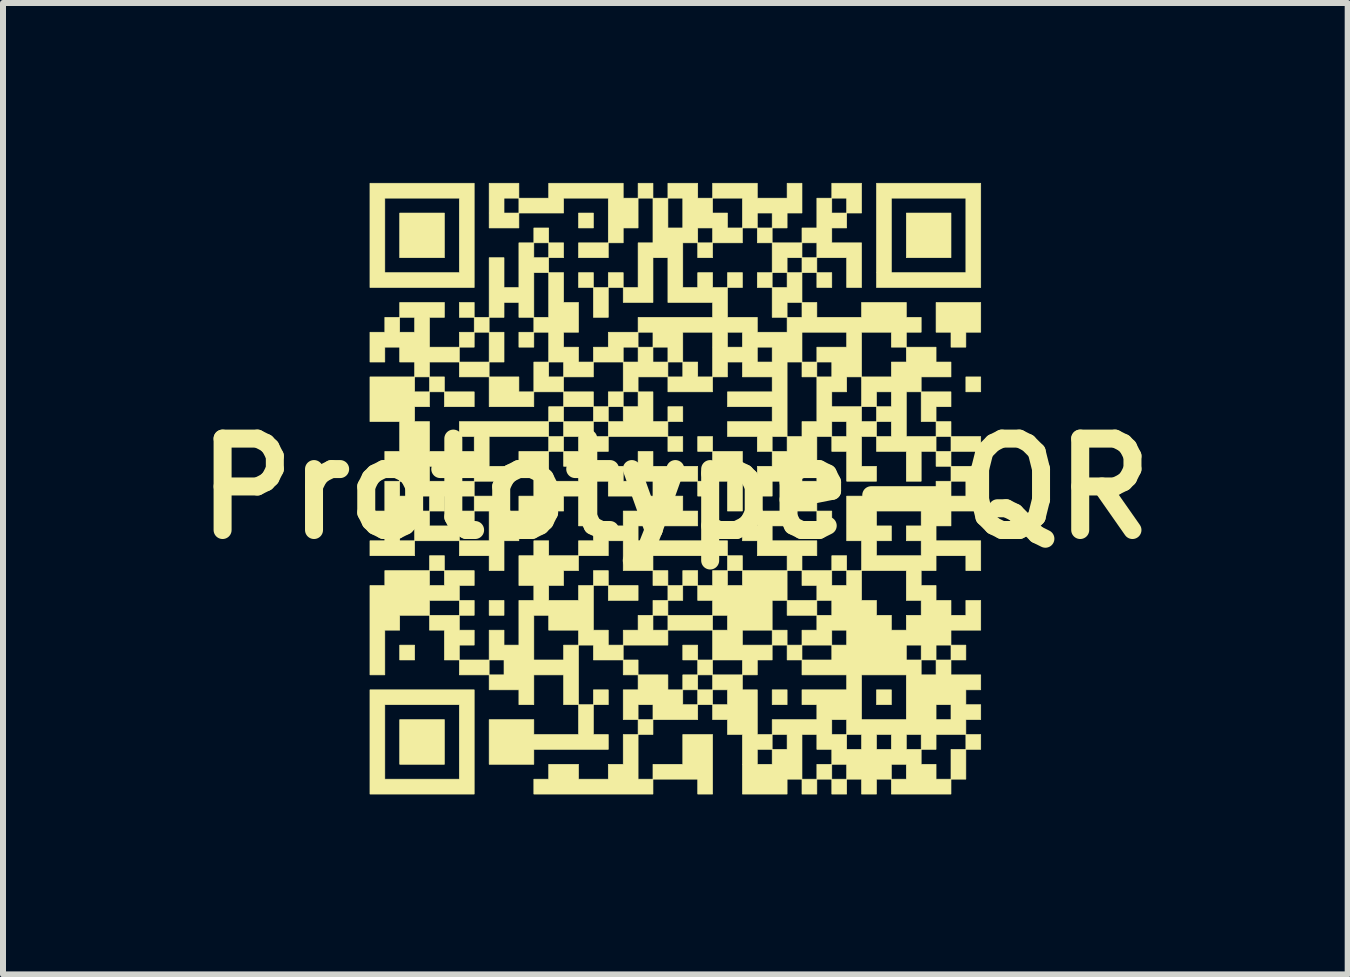
<source format=kicad_pcb>
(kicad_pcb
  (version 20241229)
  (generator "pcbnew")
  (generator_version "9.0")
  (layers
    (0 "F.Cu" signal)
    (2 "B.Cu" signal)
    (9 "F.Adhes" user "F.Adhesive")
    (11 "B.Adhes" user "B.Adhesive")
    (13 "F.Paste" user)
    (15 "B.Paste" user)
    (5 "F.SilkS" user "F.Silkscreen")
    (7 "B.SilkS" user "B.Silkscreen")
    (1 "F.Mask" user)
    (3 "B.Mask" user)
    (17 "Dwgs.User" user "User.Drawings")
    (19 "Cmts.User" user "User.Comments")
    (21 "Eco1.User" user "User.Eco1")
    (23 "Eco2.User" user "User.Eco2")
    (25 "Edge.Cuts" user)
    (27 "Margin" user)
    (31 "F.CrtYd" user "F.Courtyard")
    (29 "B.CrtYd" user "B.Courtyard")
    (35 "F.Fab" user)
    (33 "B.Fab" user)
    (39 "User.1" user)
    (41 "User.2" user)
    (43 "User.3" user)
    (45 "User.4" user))
  (footprint "Prototype-QR"
    (layer "F.Cu")
    (at 8.208 5.096)
    (property "Reference" "Prototype-QR" (at 0 0 0) (layer "F.SilkS") (effects (font (size 1.524 1.524) (thickness 0.3))))
    (attr through_hole)
    (fp_poly (pts (xy -4.346 2.856) (xy -4.595 2.856) (xy -4.595 2.608) (xy -4.346 2.608) (xy -4.346 2.856)) (stroke (width 0.01) (type solid)) (fill yes) (layer "F.SilkS"))
    (fp_poly (pts (xy -3.85 -3.85) (xy -4.595 -3.85) (xy -4.595 -4.595) (xy -3.85 -4.595) (xy -3.85 -3.85)) (stroke (width 0.01) (type solid)) (fill yes) (layer "F.SilkS"))
    (fp_poly (pts (xy -3.85 -1.614) (xy -4.098 -1.614) (xy -4.098 -1.863) (xy -3.85 -1.863) (xy -3.85 -1.614)) (stroke (width 0.01) (type solid)) (fill yes) (layer "F.SilkS"))
    (fp_poly (pts (xy -3.85 4.595) (xy -4.595 4.595) (xy -4.595 3.85) (xy -3.85 3.85) (xy -3.85 4.595)) (stroke (width 0.01) (type solid)) (fill yes) (layer "F.SilkS"))
    (fp_poly (pts (xy -3.601 -2.608) (xy -3.353 -2.608) (xy -3.353 -2.359) (xy -3.601 -2.359) (xy -3.601 -2.608)) (stroke (width 0.01) (type solid)) (fill yes) (layer "F.SilkS"))
    (fp_poly (pts (xy -3.353 -2.856) (xy -3.601 -2.856) (xy -3.601 -3.104) (xy -3.353 -3.104) (xy -3.353 -2.856)) (stroke (width 0.01) (type solid)) (fill yes) (layer "F.SilkS"))
    (fp_poly (pts (xy -3.353 -2.856) (xy -3.104 -2.856) (xy -3.104 -2.608) (xy -3.353 -2.608) (xy -3.353 -2.856)) (stroke (width 0.01) (type solid)) (fill yes) (layer "F.SilkS"))
    (fp_poly (pts (xy -3.353 -1.366) (xy -3.85 -1.366) (xy -3.85 -1.614) (xy -3.353 -1.614) (xy -3.353 -1.366)) (stroke (width 0.01) (type solid)) (fill yes) (layer "F.SilkS"))
    (fp_poly (pts (xy -3.353 0.621) (xy -3.601 0.621) (xy -3.601 0.373) (xy -3.353 0.373) (xy -3.353 0.621)) (stroke (width 0.01) (type solid)) (fill yes) (layer "F.SilkS"))
    (fp_poly (pts (xy -3.353 2.111) (xy -3.601 2.111) (xy -3.601 1.863) (xy -3.353 1.863) (xy -3.353 2.111)) (stroke (width 0.01) (type solid)) (fill yes) (layer "F.SilkS"))
    (fp_poly (pts (xy -3.104 -1.863) (xy -3.601 -1.863) (xy -3.601 -2.111) (xy -3.104 -2.111) (xy -3.104 -1.863)) (stroke (width 0.01) (type solid)) (fill yes) (layer "F.SilkS"))
    (fp_poly (pts (xy -2.856 -2.111) (xy -3.104 -2.111) (xy -3.104 -2.608) (xy -2.856 -2.608) (xy -2.856 -2.111)) (stroke (width 0.01) (type solid)) (fill yes) (layer "F.SilkS"))
    (fp_poly (pts (xy -2.856 2.111) (xy -3.104 2.111) (xy -3.104 1.863) (xy -2.856 1.863) (xy -2.856 2.111)) (stroke (width 0.01) (type solid)) (fill yes) (layer "F.SilkS"))
    (fp_poly (pts (xy -2.359 -2.359) (xy -2.608 -2.359) (xy -2.608 -2.608) (xy -2.359 -2.608) (xy -2.359 -2.359)) (stroke (width 0.01) (type solid)) (fill yes) (layer "F.SilkS"))
    (fp_poly (pts (xy -2.111 -4.098) (xy -2.359 -4.098) (xy -2.359 -4.346) (xy -2.111 -4.346) (xy -2.111 -4.098)) (stroke (width 0.01) (type solid)) (fill yes) (layer "F.SilkS"))
    (fp_poly (pts (xy -1.863 -3.85) (xy -2.111 -3.85) (xy -2.111 -4.098) (xy -1.863 -4.098) (xy -1.863 -3.85)) (stroke (width 0.01) (type solid)) (fill yes) (layer "F.SilkS"))
    (fp_poly (pts (xy -1.863 -1.118) (xy -2.111 -1.118) (xy -2.111 -1.366) (xy -1.863 -1.366) (xy -1.863 -1.118)) (stroke (width 0.01) (type solid)) (fill yes) (layer "F.SilkS"))
    (fp_poly (pts (xy -1.863 -0.621) (xy -2.111 -0.621) (xy -2.111 -0.869) (xy -1.863 -0.869) (xy -1.863 -0.621)) (stroke (width 0.01) (type solid)) (fill yes) (layer "F.SilkS"))
    (fp_poly (pts (xy -1.366 -4.346) (xy -1.614 -4.346) (xy -1.614 -4.595) (xy -1.366 -4.595) (xy -1.366 -4.346)) (stroke (width 0.01) (type solid)) (fill yes) (layer "F.SilkS"))
    (fp_poly (pts (xy -1.366 -3.353) (xy -1.614 -3.353) (xy -1.614 -3.601) (xy -1.366 -3.601) (xy -1.366 -3.353)) (stroke (width 0.01) (type solid)) (fill yes) (layer "F.SilkS"))
    (fp_poly (pts (xy -1.366 -1.366) (xy -1.863 -1.366) (xy -1.863 -1.614) (xy -1.366 -1.614) (xy -1.366 -1.366)) (stroke (width 0.01) (type solid)) (fill yes) (layer "F.SilkS"))
    (fp_poly (pts (xy -1.118 -3.85) (xy -1.614 -3.85) (xy -1.614 -4.098) (xy -1.118 -4.098) (xy -1.118 -3.85)) (stroke (width 0.01) (type solid)) (fill yes) (layer "F.SilkS"))
    (fp_poly (pts (xy -1.118 -2.856) (xy -1.366 -2.856) (xy -1.366 -3.353) (xy -1.118 -3.353) (xy -1.118 -2.856)) (stroke (width 0.01) (type solid)) (fill yes) (layer "F.SilkS"))
    (fp_poly (pts (xy -1.118 1.614) (xy -1.366 1.614) (xy -1.366 1.366) (xy -1.118 1.366) (xy -1.118 1.614)) (stroke (width 0.01) (type solid)) (fill yes) (layer "F.SilkS"))
    (fp_poly (pts (xy -1.118 3.601) (xy -1.366 3.601) (xy -1.366 3.353) (xy -1.118 3.353) (xy -1.118 3.601)) (stroke (width 0.01) (type solid)) (fill yes) (layer "F.SilkS"))
    (fp_poly (pts (xy -0.869 -3.353) (xy -1.118 -3.353) (xy -1.118 -3.601) (xy -0.869 -3.601) (xy -0.869 -3.353)) (stroke (width 0.01) (type solid)) (fill yes) (layer "F.SilkS"))
    (fp_poly (pts (xy -0.869 3.104) (xy -0.869 2.856) (xy -0.621 2.856) (xy -0.621 3.104) (xy -0.869 3.104)) (stroke (width 0.01) (type solid)) (fill yes) (layer "F.SilkS"))
    (fp_poly (pts (xy -0.621 1.863) (xy -1.118 1.863) (xy -1.118 1.614) (xy -0.621 1.614) (xy -0.621 1.863)) (stroke (width 0.01) (type solid)) (fill yes) (layer "F.SilkS"))
    (fp_poly (pts (xy -0.373 -4.843) (xy -0.621 -4.843) (xy -0.621 -5.091) (xy -0.373 -5.091) (xy -0.373 -4.843)) (stroke (width 0.01) (type solid)) (fill yes) (layer "F.SilkS"))
    (fp_poly (pts (xy -0.124 1.614) (xy -0.373 1.614) (xy -0.373 1.366) (xy -0.124 1.366) (xy -0.124 1.614)) (stroke (width 0.01) (type solid)) (fill yes) (layer "F.SilkS"))
    (fp_poly (pts (xy 0.124 -1.118) (xy -0.124 -1.118) (xy -0.124 -1.366) (xy 0.124 -1.366) (xy 0.124 -1.118)) (stroke (width 0.01) (type solid)) (fill yes) (layer "F.SilkS"))
    (fp_poly (pts (xy 0.124 -0.621) (xy -0.124 -0.621) (xy -0.124 -0.869) (xy 0.124 -0.869) (xy 0.124 -0.621)) (stroke (width 0.01) (type solid)) (fill yes) (layer "F.SilkS"))
    (fp_poly (pts (xy 0.373 2.856) (xy 0.124 2.856) (xy 0.124 2.608) (xy 0.373 2.608) (xy 0.373 2.856)) (stroke (width 0.01) (type solid)) (fill yes) (layer "F.SilkS"))
    (fp_poly (pts (xy 0.373 3.353) (xy 0.124 3.353) (xy 0.124 3.104) (xy 0.373 3.104) (xy 0.373 3.353)) (stroke (width 0.01) (type solid)) (fill yes) (layer "F.SilkS"))
    (fp_poly (pts (xy 0.621 -3.85) (xy 0.373 -3.85) (xy 0.373 -4.098) (xy 0.621 -4.098) (xy 0.621 -3.85)) (stroke (width 0.01) (type solid)) (fill yes) (layer "F.SilkS"))
    (fp_poly (pts (xy 0.621 -0.621) (xy 0.373 -0.621) (xy 0.373 -0.869) (xy 0.621 -0.869) (xy 0.621 -0.621)) (stroke (width 0.01) (type solid)) (fill yes) (layer "F.SilkS"))
    (fp_poly (pts (xy 0.621 0.124) (xy 0.373 0.124) (xy 0.373 -0.124) (xy 0.621 -0.124) (xy 0.621 0.124)) (stroke (width 0.01) (type solid)) (fill yes) (layer "F.SilkS"))
    (fp_poly (pts (xy 0.621 3.104) (xy 0.373 3.104) (xy 0.373 2.856) (xy 0.621 2.856) (xy 0.621 3.104)) (stroke (width 0.01) (type solid)) (fill yes) (layer "F.SilkS"))
    (fp_poly (pts (xy 1.118 -3.353) (xy 0.869 -3.353) (xy 0.869 -3.601) (xy 1.118 -3.601) (xy 1.118 -3.353)) (stroke (width 0.01) (type solid)) (fill yes) (layer "F.SilkS"))
    (fp_poly (pts (xy 1.614 -3.353) (xy 1.366 -3.353) (xy 1.366 -3.601) (xy 1.614 -3.601) (xy 1.614 -3.353)) (stroke (width 0.01) (type solid)) (fill yes) (layer "F.SilkS"))
    (fp_poly (pts (xy 1.863 2.608) (xy 1.614 2.608) (xy 1.614 2.359) (xy 1.863 2.359) (xy 1.863 2.608)) (stroke (width 0.01) (type solid)) (fill yes) (layer "F.SilkS"))
    (fp_poly (pts (xy 1.863 3.601) (xy 1.614 3.601) (xy 1.614 3.353) (xy 1.863 3.353) (xy 1.863 3.601)) (stroke (width 0.01) (type solid)) (fill yes) (layer "F.SilkS"))
    (fp_poly (pts (xy 2.111 2.856) (xy 1.863 2.856) (xy 1.863 2.608) (xy 2.111 2.608) (xy 2.111 2.856)) (stroke (width 0.01) (type solid)) (fill yes) (layer "F.SilkS"))
    (fp_poly (pts (xy 2.359 -1.863) (xy 2.111 -1.863) (xy 2.111 -2.111) (xy 2.359 -2.111) (xy 2.359 -1.863)) (stroke (width 0.01) (type solid)) (fill yes) (layer "F.SilkS"))
    (fp_poly (pts (xy 2.359 2.111) (xy 1.863 2.111) (xy 1.863 1.863) (xy 2.359 1.863) (xy 2.359 2.111)) (stroke (width 0.01) (type solid)) (fill yes) (layer "F.SilkS"))
    (fp_poly (pts (xy 2.608 -3.353) (xy 2.359 -3.353) (xy 2.359 -3.601) (xy 2.608 -3.601) (xy 2.608 -3.353)) (stroke (width 0.01) (type solid)) (fill yes) (layer "F.SilkS"))
    (fp_poly (pts (xy 2.608 0.621) (xy 2.359 0.621) (xy 2.359 0.373) (xy 2.608 0.373) (xy 2.608 0.621)) (stroke (width 0.01) (type solid)) (fill yes) (layer "F.SilkS"))
    (fp_poly (pts (xy 2.856 1.366) (xy 2.608 1.366) (xy 2.608 1.118) (xy 2.856 1.118) (xy 2.856 1.366)) (stroke (width 0.01) (type solid)) (fill yes) (layer "F.SilkS"))
    (fp_poly (pts (xy 3.601 3.601) (xy 3.353 3.601) (xy 3.353 3.353) (xy 3.601 3.353) (xy 3.601 3.601)) (stroke (width 0.01) (type solid)) (fill yes) (layer "F.SilkS"))
    (fp_poly (pts (xy 4.346 -0.373) (xy 4.346 -0.621) (xy 4.595 -0.621) (xy 4.595 -0.373) (xy 4.346 -0.373)) (stroke (width 0.01) (type solid)) (fill yes) (layer "F.SilkS"))
    (fp_poly (pts (xy 4.595 -3.85) (xy 3.85 -3.85) (xy 3.85 -4.595) (xy 4.595 -4.595) (xy 4.595 -3.85)) (stroke (width 0.01) (type solid)) (fill yes) (layer "F.SilkS"))
    (fp_poly (pts (xy 4.595 -0.869) (xy 4.346 -0.869) (xy 4.346 -1.118) (xy 4.595 -1.118) (xy 4.595 -0.869)) (stroke (width 0.01) (type solid)) (fill yes) (layer "F.SilkS"))
    (fp_poly (pts (xy 4.843 2.856) (xy 4.595 2.856) (xy 4.595 2.608) (xy 4.843 2.608) (xy 4.843 2.856)) (stroke (width 0.01) (type solid)) (fill yes) (layer "F.SilkS"))
    (fp_poly (pts (xy 4.843 4.843) (xy 4.595 4.843) (xy 4.595 4.346) (xy 4.843 4.346) (xy 4.843 4.843)) (stroke (width 0.01) (type solid)) (fill yes) (layer "F.SilkS"))
    (fp_poly (pts (xy 5.091 -1.614) (xy 4.843 -1.614) (xy 4.843 -1.863) (xy 5.091 -1.863) (xy 5.091 -1.614)) (stroke (width 0.01) (type solid)) (fill yes) (layer "F.SilkS"))
    (fp_poly (pts (xy 5.091 -0.621) (xy 4.595 -0.621) (xy 4.595 -0.869) (xy 5.091 -0.869) (xy 5.091 -0.621)) (stroke (width 0.01) (type solid)) (fill yes) (layer "F.SilkS"))
    (fp_poly (pts (xy 5.091 4.346) (xy 4.843 4.346) (xy 4.843 4.098) (xy 5.091 4.098) (xy 5.091 4.346)) (stroke (width 0.01) (type solid)) (fill yes) (layer "F.SilkS"))
    (fp_poly (pts (xy -2.608 -1.614) (xy -2.359 -1.614) (xy -2.359 -1.366) (xy -3.104 -1.366) (xy -3.104 -1.863) (xy -2.608 -1.863) (xy -2.608 -1.614)) (stroke (width 0.01) (type solid)) (fill yes) (layer "F.SilkS"))
    (fp_poly (pts (xy -2.111 -1.863) (xy -1.863 -1.863) (xy -1.863 -1.614) (xy -2.359 -1.614) (xy -2.359 -2.111) (xy -2.111 -2.111) (xy -2.111 -1.863)) (stroke (width 0.01) (type solid)) (fill yes) (layer "F.SilkS"))
    (fp_poly (pts (xy 0.621 -0.621) (xy 1.118 -0.621) (xy 1.118 0.373) (xy 0.869 0.373) (xy 0.869 -0.124) (xy 0.621 -0.124) (xy 0.621 -0.621)) (stroke (width 0.01) (type solid)) (fill yes) (layer "F.SilkS"))
    (fp_poly (pts (xy 4.595 -1.366) (xy 4.346 -1.366) (xy 4.346 -1.118) (xy 4.098 -1.118) (xy 4.098 -1.614) (xy 4.595 -1.614) (xy 4.595 -1.366)) (stroke (width 0.01) (type solid)) (fill yes) (layer "F.SilkS"))
    (fp_poly (pts (xy -1.366 -2.359) (xy -1.118 -2.359) (xy -1.118 -2.608) (xy -0.621 -2.608) (xy -0.621 -2.359) (xy -0.869 -2.359) (xy -0.869 -2.111) (xy -1.366 -2.111) (xy -1.366 -2.359)) (stroke (width 0.01) (type solid)) (fill yes) (layer "F.SilkS"))
    (fp_poly (pts (xy 0.373 -1.863) (xy 0.621 -1.863) (xy 0.621 -1.614) (xy -0.124 -1.614) (xy -0.124 -1.863) (xy 0.124 -1.863) (xy 0.124 -2.111) (xy 0.373 -2.111) (xy 0.373 -1.863)) (stroke (width 0.01) (type solid)) (fill yes) (layer "F.SilkS"))
    (fp_poly (pts (xy 0.621 5.091) (xy 0.373 5.091) (xy 0.373 4.843) (xy -0.373 4.843) (xy -0.373 4.595) (xy 0.124 4.595) (xy 0.124 4.098) (xy 0.621 4.098) (xy 0.621 5.091)) (stroke (width 0.01) (type solid)) (fill yes) (layer "F.SilkS"))
    (fp_poly (pts (xy 5.091 -2.608) (xy 4.843 -2.608) (xy 4.843 -2.359) (xy 4.595 -2.359) (xy 4.595 -2.608) (xy 4.346 -2.608) (xy 4.346 -3.104) (xy 5.091 -3.104) (xy 5.091 -2.608)) (stroke (width 0.01) (type solid)) (fill yes) (layer "F.SilkS"))
    (fp_poly (pts (xy -3.601 2.359) (xy -3.353 2.359) (xy -3.353 2.608) (xy -3.601 2.608) (xy -3.601 2.856) (xy -3.85 2.856) (xy -3.85 2.359) (xy -4.098 2.359) (xy -4.098 2.111) (xy -3.601 2.111) (xy -3.601 2.359)) (stroke (width 0.01) (type solid)) (fill yes) (layer "F.SilkS"))
    (fp_poly (pts (xy -3.353 -3.353) (xy -5.091 -3.353) (xy -5.091 -4.843) (xy -4.843 -4.843) (xy -4.843 -3.601) (xy -3.601 -3.601) (xy -3.601 -4.843) (xy -4.843 -4.843) (xy -5.091 -4.843) (xy -5.091 -5.091) (xy -3.353 -5.091) (xy -3.353 -3.353)) (stroke (width 0.01) (type solid)) (fill yes) (layer "F.SilkS"))
    (fp_poly (pts (xy -3.353 5.091) (xy -5.091 5.091) (xy -5.091 3.601) (xy -4.843 3.601) (xy -4.843 4.843) (xy -3.601 4.843) (xy -3.601 3.601) (xy -4.843 3.601) (xy -5.091 3.601) (xy -5.091 3.353) (xy -3.353 3.353) (xy -3.353 5.091)) (stroke (width 0.01) (type solid)) (fill yes) (layer "F.SilkS"))
    (fp_poly (pts (xy 5.091 -3.353) (xy 3.353 -3.353) (xy 3.353 -4.843) (xy 3.601 -4.843) (xy 3.601 -3.601) (xy 4.843 -3.601) (xy 4.843 -4.843) (xy 3.601 -4.843) (xy 3.353 -4.843) (xy 3.353 -5.091) (xy 5.091 -5.091) (xy 5.091 -3.353)) (stroke (width 0.01) (type solid)) (fill yes) (layer "F.SilkS"))
    (fp_poly (pts (xy -1.366 4.098) (xy -1.118 4.098) (xy -1.118 4.346) (xy -2.359 4.346) (xy -2.359 4.595) (xy -3.104 4.595) (xy -3.104 3.85) (xy -2.359 3.85) (xy -2.359 4.098) (xy -1.614 4.098) (xy -1.614 3.601) (xy -1.366 3.601) (xy -1.366 4.098)) (stroke (width 0.01) (type solid)) (fill yes) (layer "F.SilkS"))
    (fp_poly (pts (xy -0.621 4.843) (xy -0.373 4.843) (xy -0.373 5.091) (xy -2.359 5.091) (xy -2.359 4.843) (xy -2.111 4.843) (xy -2.111 4.595) (xy -1.614 4.595) (xy -1.614 4.843) (xy -1.118 4.843) (xy -1.118 4.595) (xy -0.869 4.595) (xy -0.869 4.098) (xy -0.621 4.098) (xy -0.621 4.843)) (stroke (width 0.01) (type solid)) (fill yes) (layer "F.SilkS"))
    (fp_poly (pts (xy 1.863 0.621) (xy 1.614 0.621) (xy 1.614 0.869) (xy 2.359 0.869) (xy 2.359 1.118) (xy 2.111 1.118) (xy 2.111 1.366) (xy 1.863 1.366) (xy 1.863 1.118) (xy 1.366 1.118) (xy 1.366 0.869) (xy 1.118 0.869) (xy 1.118 0.621) (xy 1.366 0.621) (xy 1.366 0.373) (xy 1.863 0.373) (xy 1.863 0.621)) (stroke (width 0.01) (type solid)) (fill yes) (layer "F.SilkS"))
    (fp_poly (pts (xy 0.373 3.85) (xy -0.373 3.85) (xy -0.373 4.098) (xy -0.621 4.098) (xy -0.621 3.85) (xy -0.869 3.85) (xy -0.869 3.601) (xy -0.621 3.601) (xy -0.621 3.85) (xy -0.373 3.85) (xy -0.373 3.601) (xy -0.621 3.601) (xy -0.869 3.601) (xy -0.869 3.353) (xy -0.621 3.353) (xy -0.621 3.104) (xy -0.124 3.104) (xy -0.124 3.353) (xy 0.124 3.353) (xy 0.124 3.601) (xy 0.373 3.601) (xy 0.373 3.85)) (stroke (width 0.01) (type solid)) (fill yes) (layer "F.SilkS"))
    (fp_poly (pts (xy -3.353 1.366) (xy -3.353 1.614) (xy -3.601 1.614) (xy -3.601 1.863) (xy -4.098 1.863) (xy -4.098 2.111) (xy -4.595 2.111) (xy -4.595 2.359) (xy -4.843 2.359) (xy -4.843 3.104) (xy -5.091 3.104) (xy -5.091 1.614) (xy -4.843 1.614) (xy -4.843 1.366) (xy -4.098 1.366) (xy -4.098 1.614) (xy -3.85 1.614) (xy -3.85 1.366) (xy -4.098 1.366) (xy -4.098 1.118) (xy -3.85 1.118) (xy -3.85 1.366) (xy -3.353 1.366)) (stroke (width 0.01) (type solid)) (fill yes) (layer "F.SilkS"))
    (fp_poly (pts (xy -4.346 -2.111) (xy -4.595 -2.111) (xy -4.595 -2.359) (xy -4.843 -2.359) (xy -4.843 -2.111) (xy -5.091 -2.111) (xy -5.091 -2.608) (xy -4.843 -2.608) (xy -4.843 -2.856) (xy -4.595 -2.856) (xy -4.595 -2.608) (xy -4.346 -2.608) (xy -4.346 -2.856) (xy -4.595 -2.856) (xy -4.595 -3.104) (xy -3.85 -3.104) (xy -3.85 -2.856) (xy -4.098 -2.856) (xy -4.098 -2.359) (xy -3.601 -2.359) (xy -3.601 -2.111) (xy -4.098 -2.111) (xy -4.098 -1.863) (xy -4.346 -1.863) (xy -4.346 -2.111)) (stroke (width 0.01) (type solid)) (fill yes) (layer "F.SilkS"))
    (fp_poly (pts (xy -2.608 -4.843) (xy -2.111 -4.843) (xy -2.111 -5.091) (xy -0.869 -5.091) (xy -0.869 -4.843) (xy -0.621 -4.843) (xy -0.621 -4.346) (xy -0.869 -4.346) (xy -0.869 -4.098) (xy -1.118 -4.098) (xy -1.118 -4.843) (xy -1.863 -4.843) (xy -1.863 -4.595) (xy -2.608 -4.595) (xy -2.608 -4.346) (xy -3.104 -4.346) (xy -3.104 -4.843) (xy -2.856 -4.843) (xy -2.856 -4.595) (xy -2.608 -4.595) (xy -2.608 -4.843) (xy -2.856 -4.843) (xy -3.104 -4.843) (xy -3.104 -5.091) (xy -2.608 -5.091) (xy -2.608 -4.843)) (stroke (width 0.01) (type solid)) (fill yes) (layer "F.SilkS"))
    (fp_poly (pts (xy -0.373 -1.614) (xy -0.373 -1.118) (xy -0.124 -1.118) (xy -0.124 -0.869) (xy -1.118 -0.869) (xy -1.118 -1.118) (xy -1.366 -1.118) (xy -1.366 -1.366) (xy -1.118 -1.366) (xy -1.118 -1.118) (xy -0.869 -1.118) (xy -0.869 -1.366) (xy -1.118 -1.366) (xy -1.118 -1.614) (xy -0.869 -1.614) (xy -0.869 -1.366) (xy -0.621 -1.366) (xy -0.621 -1.614) (xy -0.869 -1.614) (xy -0.869 -2.111) (xy -0.621 -2.111) (xy -0.621 -2.359) (xy -0.373 -2.359) (xy -0.373 -2.111) (xy -0.124 -2.111) (xy -0.124 -1.863) (xy -0.621 -1.863) (xy -0.621 -1.614) (xy -0.373 -1.614)) (stroke (width 0.01) (type solid)) (fill yes) (layer "F.SilkS"))
    (fp_poly (pts (xy -3.104 -3.85) (xy -2.856 -3.85) (xy -2.856 -3.353) (xy -2.608 -3.353) (xy -2.608 -3.601) (xy -2.359 -3.601) (xy -2.359 -2.856) (xy -2.111 -2.856) (xy -2.111 -3.601) (xy -2.359 -3.601) (xy -2.608 -3.601) (xy -2.608 -4.098) (xy -2.359 -4.098) (xy -2.359 -3.85) (xy -2.111 -3.85) (xy -2.111 -3.601) (xy -1.863 -3.601) (xy -1.863 -3.104) (xy -1.614 -3.104) (xy -1.614 -2.608) (xy -1.863 -2.608) (xy -1.863 -2.359) (xy -1.614 -2.359) (xy -1.614 -2.111) (xy -1.366 -2.111) (xy -1.366 -1.863) (xy -1.863 -1.863) (xy -1.863 -2.111) (xy -2.111 -2.111) (xy -2.111 -2.608) (xy -2.359 -2.608) (xy -2.359 -2.856) (xy -2.608 -2.856) (xy -2.608 -3.104) (xy -2.856 -3.104) (xy -2.856 -2.856) (xy -3.104 -2.856) (xy -3.104 -3.85)) (stroke (width 0.01) (type solid)) (fill yes) (layer "F.SilkS"))
    (fp_poly (pts (xy 0.621 2.359) (xy -0.124 2.359) (xy -0.124 2.608) (xy -0.869 2.608) (xy -0.869 2.359) (xy -0.621 2.359) (xy -0.621 2.111) (xy -0.373 2.111) (xy -0.373 2.359) (xy -0.124 2.359) (xy -0.124 2.111) (xy -0.373 2.111) (xy -0.373 1.863) (xy -0.124 1.863) (xy -0.124 2.111) (xy 0.621 2.111) (xy 0.621 2.359) (xy 0.869 2.359) (xy 0.869 2.111) (xy 0.621 2.111) (xy 0.621 1.863) (xy 0.373 1.863) (xy 0.373 1.614) (xy 0.124 1.614) (xy 0.124 1.863) (xy -0.124 1.863) (xy -0.124 1.614) (xy 0.124 1.614) (xy 0.124 1.366) (xy 0.373 1.366) (xy 0.373 1.614) (xy 0.621 1.614) (xy 0.621 1.366) (xy 0.869 1.366) (xy 0.869 1.614) (xy 1.118 1.614) (xy 1.118 1.366) (xy 0.869 1.366) (xy 0.869 1.118) (xy 1.118 1.118) (xy 1.118 1.366) (xy 1.863 1.366) (xy 1.863 1.863) (xy 1.614 1.863) (xy 1.614 2.359) (xy 1.118 2.359) (xy 1.118 2.608) (xy 1.614 2.608) (xy 1.614 2.856) (xy 1.366 2.856) (xy 1.366 3.104) (xy 1.118 3.104) (xy 1.118 2.856) (xy 0.621 2.856) (xy 0.621 2.359)) (stroke (width 0.01) (type solid)) (fill yes) (layer "F.SilkS"))
    (fp_poly (pts (xy -1.366 2.856) (xy -1.366 2.608) (xy -1.614 2.608) (xy -1.614 3.601) (xy -1.863 3.601) (xy -1.863 3.104) (xy -2.359 3.104) (xy -2.359 3.601) (xy -2.608 3.601) (xy -2.608 3.353) (xy -3.104 3.353) (xy -3.104 3.104) (xy -3.601 3.104) (xy -3.601 2.856) (xy -3.104 2.856) (xy -3.104 3.104) (xy -2.856 3.104) (xy -2.856 2.856) (xy -3.104 2.856) (xy -3.104 2.359) (xy -2.856 2.359) (xy -2.856 2.608) (xy -2.608 2.608) (xy -2.608 2.111) (xy -2.359 2.111) (xy -2.359 2.856) (xy -1.863 2.856) (xy -1.863 2.608) (xy -1.614 2.608) (xy -1.614 2.359) (xy -2.111 2.359) (xy -2.111 2.111) (xy -2.359 2.111) (xy -2.608 2.111) (xy -2.608 1.863) (xy -2.359 1.863) (xy -2.359 1.614) (xy -2.608 1.614) (xy -2.608 1.118) (xy -2.359 1.118) (xy -2.359 0.869) (xy -2.111 0.869) (xy -2.111 1.118) (xy -1.614 1.118) (xy -1.614 1.366) (xy -1.863 1.366) (xy -1.863 1.614) (xy -2.111 1.614) (xy -2.111 1.863) (xy -1.614 1.863) (xy -1.614 1.614) (xy -1.366 1.614) (xy -1.366 2.359) (xy -1.118 2.359) (xy -1.118 2.608) (xy -0.869 2.608) (xy -0.869 2.856) (xy -1.366 2.856)) (stroke (width 0.01) (type solid)) (fill yes) (layer "F.SilkS"))
    (fp_poly (pts (xy -4.346 0.869) (xy -4.346 1.118) (xy -5.091 1.118) (xy -5.091 0.869) (xy -4.843 0.869) (xy -4.843 0.621) (xy -4.595 0.621) (xy -4.595 0.869) (xy -4.346 0.869) (xy -4.346 0.621) (xy -4.595 0.621) (xy -4.843 0.621) (xy -5.091 0.621) (xy -5.091 0.373) (xy -4.843 0.373) (xy -4.843 -0.124) (xy -4.595 -0.124) (xy -4.595 0.124) (xy -4.346 0.124) (xy -4.346 0.373) (xy -4.098 0.373) (xy -4.098 0.124) (xy -4.346 0.124) (xy -4.346 -0.124) (xy -4.595 -0.124) (xy -4.595 -0.373) (xy -4.098 -0.373) (xy -4.098 -0.124) (xy -3.353 -0.124) (xy -3.353 -0.373) (xy -4.098 -0.373) (xy -4.595 -0.373) (xy -4.843 -0.373) (xy -4.843 -0.621) (xy -4.595 -0.621) (xy -4.595 -1.118) (xy -5.091 -1.118) (xy -5.091 -1.863) (xy -4.346 -1.863) (xy -4.346 -1.614) (xy -4.098 -1.614) (xy -4.098 -1.366) (xy -4.346 -1.366) (xy -4.346 -1.118) (xy -4.098 -1.118) (xy -4.098 -0.621) (xy -3.353 -0.621) (xy -3.353 -0.869) (xy -3.601 -0.869) (xy -3.601 -1.118) (xy -2.111 -1.118) (xy -2.111 -0.869) (xy -3.104 -0.869) (xy -3.104 -0.373) (xy -2.856 -0.373) (xy -2.856 -0.124) (xy -3.353 -0.124) (xy -3.353 0.124) (xy -3.85 0.124) (xy -3.85 0.373) (xy -4.098 0.373) (xy -4.098 0.621) (xy -3.601 0.621) (xy -3.601 0.869) (xy -4.346 0.869)) (stroke (width 0.01) (type solid)) (fill yes) (layer "F.SilkS"))
    (fp_poly (pts (xy -1.614 0.869) (xy -1.366 0.869) (xy -1.366 0.621) (xy -1.614 0.621) (xy -1.614 0.124) (xy -1.863 0.124) (xy -1.863 0.373) (xy -2.111 0.373) (xy -2.111 0.621) (xy -2.608 0.621) (xy -2.608 0.869) (xy -2.856 0.869) (xy -2.856 1.366) (xy -3.104 1.366) (xy -3.104 1.118) (xy -3.601 1.118) (xy -3.601 0.869) (xy -3.104 0.869) (xy -3.104 0.373) (xy -3.353 0.373) (xy -3.353 0.124) (xy -2.856 0.124) (xy -2.856 0.373) (xy -2.608 0.373) (xy -2.608 0.124) (xy -2.359 0.124) (xy -2.359 -0.373) (xy -2.608 -0.373) (xy -2.608 -0.621) (xy -2.111 -0.621) (xy -2.111 -0.124) (xy -1.614 -0.124) (xy -1.366 -0.124) (xy -1.366 0.621) (xy -0.869 0.621) (xy -0.869 0.373) (xy -0.621 0.373) (xy -0.621 0.124) (xy -1.118 0.124) (xy -1.118 -0.124) (xy -1.366 -0.124) (xy -1.614 -0.124) (xy -1.614 -0.373) (xy -1.863 -0.373) (xy -1.863 -0.621) (xy -1.614 -0.621) (xy -1.614 -0.869) (xy -1.863 -0.869) (xy -1.863 -1.118) (xy -1.366 -1.118) (xy -1.366 -0.869) (xy -1.118 -0.869) (xy -1.118 -0.621) (xy -1.366 -0.621) (xy -1.366 -0.373) (xy -0.869 -0.373) (xy -0.869 -0.124) (xy -0.621 -0.124) (xy -0.621 0.124) (xy -0.373 0.124) (xy -0.373 -0.124) (xy -0.621 -0.124) (xy -0.621 -0.621) (xy -0.373 -0.621) (xy -0.373 -0.373) (xy 0.373 -0.373) (xy 0.373 -0.124) (xy -0.124 -0.124) (xy -0.124 0.124) (xy 0.124 0.124) (xy 0.124 0.373) (xy 0.373 0.373) (xy 0.373 0.621) (xy -0.621 0.621) (xy -0.621 0.869) (xy 0.869 0.869) (xy 0.869 1.118) (xy -0.373 1.118) (xy -0.373 1.366) (xy -0.869 1.366) (xy -0.869 0.869) (xy -1.118 0.869) (xy -1.118 1.118) (xy -1.614 1.118) (xy -1.614 0.869)) (stroke (width 0.01) (type solid)) (fill yes) (layer "F.SilkS"))
    (fp_poly (pts (xy 5.091 -0.373) (xy 5.091 0.373) (xy 4.595 0.373) (xy 4.595 0.621) (xy 4.346 0.621) (xy 4.346 0.869) (xy 5.091 0.869) (xy 5.091 1.366) (xy 4.843 1.366) (xy 4.843 1.118) (xy 4.346 1.118) (xy 4.346 1.366) (xy 4.098 1.366) (xy 4.098 1.614) (xy 4.346 1.614) (xy 4.346 1.863) (xy 4.595 1.863) (xy 4.595 2.111) (xy 4.843 2.111) (xy 4.843 1.863) (xy 5.091 1.863) (xy 5.091 2.359) (xy 4.595 2.359) (xy 4.595 2.608) (xy 4.346 2.608) (xy 4.346 2.856) (xy 4.595 2.856) (xy 4.595 3.104) (xy 5.091 3.104) (xy 5.091 3.353) (xy 4.843 3.353) (xy 4.843 3.601) (xy 5.091 3.601) (xy 5.091 3.85) (xy 4.843 3.85) (xy 4.843 4.098) (xy 4.346 4.098) (xy 4.346 4.346) (xy 4.098 4.346) (xy 4.098 4.595) (xy 4.346 4.595) (xy 4.346 4.843) (xy 4.595 4.843) (xy 4.595 5.091) (xy 3.601 5.091) (xy 3.601 4.843) (xy 3.353 4.843) (xy 3.353 5.091) (xy 3.104 5.091) (xy 3.104 4.843) (xy 2.856 4.843) (xy 2.856 5.091) (xy 2.608 5.091) (xy 2.608 4.843) (xy 2.359 4.843) (xy 2.359 5.091) (xy 2.111 5.091) (xy 2.111 4.843) (xy 1.863 4.843) (xy 1.863 5.091) (xy 1.118 5.091) (xy 1.118 4.346) (xy 1.366 4.346) (xy 1.366 4.595) (xy 1.614 4.595) (xy 1.614 4.346) (xy 1.366 4.346) (xy 1.118 4.346) (xy 1.118 4.098) (xy 0.869 4.098) (xy 0.869 3.85) (xy 0.621 3.85) (xy 0.621 3.601) (xy 0.373 3.601) (xy 0.373 3.353) (xy 0.621 3.353) (xy 0.621 3.601) (xy 0.869 3.601) (xy 0.869 3.353) (xy 0.621 3.353) (xy 0.621 3.104) (xy 1.118 3.104) (xy 1.118 3.353) (xy 1.366 3.353) (xy 1.366 4.098) (xy 1.614 4.098) (xy 1.614 4.346) (xy 1.863 4.346) (xy 1.863 4.098) (xy 2.111 4.098) (xy 2.111 4.843) (xy 2.359 4.843) (xy 2.359 4.595) (xy 2.608 4.595) (xy 2.608 4.843) (xy 2.856 4.843) (xy 2.856 4.595) (xy 3.601 4.595) (xy 3.601 4.843) (xy 3.85 4.843) (xy 3.85 4.595) (xy 3.601 4.595) (xy 2.856 4.595) (xy 2.608 4.595) (xy 2.608 4.346) (xy 2.359 4.346) (xy 2.359 4.098) (xy 2.111 4.098) (xy 1.863 4.098) (xy 1.614 4.098) (xy 1.614 3.85) (xy 2.359 3.85) (xy 2.608 3.85) (xy 2.608 4.098) (xy 2.856 4.098) (xy 2.856 4.346) (xy 3.104 4.346) (xy 3.104 4.098) (xy 3.353 4.098) (xy 3.353 4.346) (xy 3.601 4.346) (xy 3.601 4.098) (xy 3.85 4.098) (xy 3.85 4.346) (xy 4.098 4.346) (xy 4.098 4.098) (xy 3.85 4.098) (xy 3.601 4.098) (xy 3.353 4.098) (xy 3.104 4.098) (xy 2.856 4.098) (xy 2.856 3.85) (xy 2.608 3.85) (xy 2.359 3.85) (xy 2.359 3.601) (xy 2.111 3.601) (xy 2.111 3.353) (xy 2.856 3.353) (xy 2.856 3.104) (xy 3.104 3.104) (xy 3.104 3.85) (xy 3.85 3.85) (xy 3.85 3.601) (xy 4.346 3.601) (xy 4.346 3.85) (xy 4.595 3.85) (xy 4.595 3.601) (xy 4.346 3.601) (xy 3.85 3.601) (xy 3.85 3.104) (xy 3.104 3.104) (xy 2.856 3.104) (xy 2.111 3.104) (xy 2.111 2.856) (xy 2.608 2.856) (xy 2.608 2.608) (xy 2.111 2.608) (xy 2.111 2.359) (xy 2.359 2.359) (xy 2.608 2.359) (xy 2.608 2.608) (xy 2.856 2.608) (xy 3.85 2.608) (xy 3.85 2.856) (xy 4.098 2.856) (xy 4.098 3.104) (xy 4.346 3.104) (xy 4.346 2.856) (xy 4.098 2.856) (xy 4.098 2.608) (xy 3.85 2.608) (xy 2.856 2.608) (xy 2.856 2.359) (xy 2.608 2.359) (xy 2.359 2.359) (xy 2.359 2.111) (xy 2.608 2.111) (xy 2.608 1.863) (xy 2.359 1.863) (xy 2.359 1.614) (xy 2.111 1.614) (xy 2.111 1.366) (xy 2.608 1.366) (xy 2.608 1.614) (xy 2.856 1.614) (xy 2.856 1.366) (xy 3.104 1.366) (xy 3.104 1.863) (xy 3.353 1.863) (xy 3.353 2.111) (xy 3.601 2.111) (xy 3.601 2.359) (xy 3.85 2.359) (xy 3.85 2.111) (xy 4.098 2.111) (xy 4.098 1.863) (xy 3.85 1.863) (xy 3.85 1.366) (xy 3.104 1.366) (xy 3.104 0.869) (xy 2.856 0.869) (xy 2.856 0.373) (xy 3.353 0.373) (xy 3.353 0.621) (xy 3.601 0.621) (xy 3.601 0.869) (xy 3.353 0.869) (xy 3.353 1.118) (xy 4.098 1.118) (xy 4.098 0.869) (xy 3.85 0.869) (xy 3.85 0.621) (xy 4.098 0.621) (xy 4.098 0.373) (xy 3.353 0.373) (xy 2.856 0.373) (xy 2.856 0.124) (xy 4.346 0.124) (xy 4.346 -0.124) (xy 4.595 -0.124) (xy 4.595 0.124) (xy 4.843 0.124) (xy 4.843 -0.124) (xy 4.595 -0.124) (xy 4.595 -0.373) (xy 5.091 -0.373)) (stroke (width 0.01) (type solid)) (fill yes) (layer "F.SilkS"))
    (fp_poly (pts (xy 2.608 -0.373) (xy 2.608 0.124) (xy 2.359 0.124) (xy 2.359 0.373) (xy 1.863 0.373) (xy 1.863 -0.124) (xy 1.614 -0.124) (xy 1.614 0.124) (xy 1.366 0.124) (xy 1.366 -0.373) (xy 1.614 -0.373) (xy 2.111 -0.373) (xy 2.111 -0.124) (xy 2.359 -0.124) (xy 2.359 -0.373) (xy 2.111 -0.373) (xy 1.614 -0.373) (xy 1.614 -0.621) (xy 1.366 -0.621) (xy 1.366 -0.869) (xy 1.614 -0.869) (xy 1.614 -0.621) (xy 1.863 -0.621) (xy 1.863 -0.869) (xy 1.614 -0.869) (xy 1.366 -0.869) (xy 0.869 -0.869) (xy 0.869 -1.118) (xy 1.614 -1.118) (xy 1.614 -1.366) (xy 0.869 -1.366) (xy 0.869 -1.614) (xy 1.614 -1.614) (xy 1.614 -1.863) (xy 1.118 -1.863) (xy 1.118 -2.111) (xy 0.869 -2.111) (xy 0.869 -1.863) (xy 0.621 -1.863) (xy 0.621 -2.608) (xy 0.869 -2.608) (xy 0.869 -2.359) (xy 1.118 -2.359) (xy 1.366 -2.359) (xy 1.366 -2.111) (xy 1.614 -2.111) (xy 1.863 -2.111) (xy 1.863 -0.869) (xy 2.111 -0.869) (xy 2.111 -1.118) (xy 2.359 -1.118) (xy 2.608 -1.118) (xy 2.608 -0.869) (xy 2.856 -0.869) (xy 2.856 -1.118) (xy 2.608 -1.118) (xy 2.359 -1.118) (xy 2.359 -1.614) (xy 2.608 -1.614) (xy 2.608 -1.366) (xy 3.104 -1.366) (xy 3.104 -1.118) (xy 3.353 -1.118) (xy 3.353 -0.869) (xy 3.601 -0.869) (xy 3.601 -1.118) (xy 3.353 -1.118) (xy 3.353 -1.366) (xy 3.104 -1.366) (xy 3.104 -1.614) (xy 3.353 -1.614) (xy 3.353 -1.366) (xy 3.601 -1.366) (xy 3.601 -1.614) (xy 3.353 -1.614) (xy 3.104 -1.614) (xy 3.104 -1.863) (xy 2.856 -1.863) (xy 2.856 -1.614) (xy 2.608 -1.614) (xy 2.359 -1.614) (xy 2.359 -1.863) (xy 2.608 -1.863) (xy 2.608 -2.111) (xy 2.359 -2.111) (xy 2.359 -2.359) (xy 2.856 -2.359) (xy 2.856 -2.608) (xy 3.104 -2.608) (xy 3.104 -1.863) (xy 3.601 -1.863) (xy 3.601 -2.111) (xy 3.85 -2.111) (xy 3.85 -2.359) (xy 3.601 -2.359) (xy 3.601 -2.608) (xy 3.104 -2.608) (xy 2.856 -2.608) (xy 2.111 -2.608) (xy 2.111 -2.111) (xy 1.863 -2.111) (xy 1.614 -2.111) (xy 1.614 -2.359) (xy 1.366 -2.359) (xy 1.118 -2.359) (xy 1.118 -2.608) (xy 0.869 -2.608) (xy 0.621 -2.608) (xy 0.124 -2.608) (xy 0.124 -2.111) (xy -0.124 -2.111) (xy -0.124 -2.359) (xy -0.373 -2.359) (xy -0.373 -2.608) (xy -0.621 -2.608) (xy -0.621 -2.856) (xy 0.621 -2.856) (xy 0.621 -3.104) (xy -0.124 -3.104) (xy -0.124 -3.85) (xy -0.373 -3.85) (xy -0.373 -3.104) (xy -0.869 -3.104) (xy -0.869 -3.353) (xy -0.621 -3.353) (xy -0.621 -4.098) (xy -0.373 -4.098) (xy 0.124 -4.098) (xy 0.124 -3.353) (xy 0.373 -3.353) (xy 0.373 -3.601) (xy 0.621 -3.601) (xy 0.621 -3.353) (xy 0.869 -3.353) (xy 0.869 -2.856) (xy 1.366 -2.856) (xy 1.366 -2.608) (xy 1.863 -2.608) (xy 1.863 -2.856) (xy 1.614 -2.856) (xy 1.614 -3.104) (xy 1.863 -3.104) (xy 1.863 -2.856) (xy 2.111 -2.856) (xy 2.111 -3.104) (xy 1.863 -3.104) (xy 1.614 -3.104) (xy 1.614 -3.353) (xy 1.863 -3.353) (xy 1.863 -3.601) (xy 1.614 -3.601) (xy 1.614 -3.85) (xy 1.863 -3.85) (xy 1.863 -3.601) (xy 2.111 -3.601) (xy 2.111 -3.85) (xy 1.863 -3.85) (xy 1.614 -3.85) (xy 1.614 -4.098) (xy 1.366 -4.098) (xy 1.366 -4.346) (xy 1.118 -4.346) (xy 1.118 -4.098) (xy 0.621 -4.098) (xy 0.621 -4.346) (xy 0.373 -4.346) (xy 0.373 -4.098) (xy 0.124 -4.098) (xy -0.373 -4.098) (xy -0.373 -4.843) (xy -0.124 -4.843) (xy -0.124 -4.346) (xy 0.124 -4.346) (xy 0.124 -4.843) (xy -0.124 -4.843) (xy -0.124 -5.091) (xy 0.373 -5.091) (xy 0.373 -4.843) (xy 0.621 -4.843) (xy 0.621 -4.595) (xy 0.869 -4.595) (xy 0.869 -4.346) (xy 1.118 -4.346) (xy 1.118 -4.595) (xy 1.366 -4.595) (xy 1.366 -4.346) (xy 1.614 -4.346) (xy 1.614 -4.595) (xy 1.366 -4.595) (xy 1.118 -4.595) (xy 1.118 -4.843) (xy 0.621 -4.843) (xy 0.621 -5.091) (xy 1.366 -5.091) (xy 1.366 -4.843) (xy 1.863 -4.843) (xy 1.863 -5.091) (xy 2.111 -5.091) (xy 2.111 -4.595) (xy 1.863 -4.595) (xy 1.863 -4.346) (xy 1.614 -4.346) (xy 1.614 -4.098) (xy 2.111 -4.098) (xy 2.111 -3.85) (xy 2.359 -3.85) (xy 2.359 -4.098) (xy 2.111 -4.098) (xy 2.111 -4.346) (xy 2.359 -4.346) (xy 2.359 -4.843) (xy 2.608 -4.843) (xy 2.608 -4.595) (xy 2.856 -4.595) (xy 2.856 -4.843) (xy 2.608 -4.843) (xy 2.608 -5.091) (xy 3.104 -5.091) (xy 3.104 -4.595) (xy 2.856 -4.595) (xy 2.856 -4.346) (xy 2.608 -4.346) (xy 2.608 -4.098) (xy 3.104 -4.098) (xy 3.104 -3.353) (xy 2.856 -3.353) (xy 2.856 -3.85) (xy 2.359 -3.85) (xy 2.359 -3.601) (xy 2.111 -3.601) (xy 2.111 -3.104) (xy 2.359 -3.104) (xy 2.359 -2.856) (xy 3.104 -2.856) (xy 3.104 -3.104) (xy 3.85 -3.104) (xy 3.85 -2.856) (xy 4.098 -2.856) (xy 4.098 -2.608) (xy 3.85 -2.608) (xy 3.85 -2.359) (xy 4.346 -2.359) (xy 4.346 -2.111) (xy 4.595 -2.111) (xy 4.595 -1.863) (xy 4.098 -1.863) (xy 4.098 -1.614) (xy 3.85 -1.614) (xy 3.85 -0.869) (xy 4.346 -0.869) (xy 4.346 -0.621) (xy 4.098 -0.621) (xy 4.098 -0.124) (xy 3.85 -0.124) (xy 3.85 -0.621) (xy 3.353 -0.621) (xy 3.353 -0.869) (xy 3.104 -0.869) (xy 3.104 -0.373) (xy 3.353 -0.373) (xy 3.353 -0.124) (xy 2.856 -0.124) (xy 2.856 -0.621) (xy 2.608 -0.621) (xy 2.608 -0.869) (xy 2.359 -0.869) (xy 2.359 -0.373) (xy 2.608 -0.373)) (stroke (width 0.01) (type solid)) (fill yes) (layer "F.SilkS")))
  (gr_rect
    (start -3 -3)
    (end 19.416 13.193)
    (stroke (width 0.1) (type default))
    (fill no)
    (layer "Edge.Cuts")))
</source>
